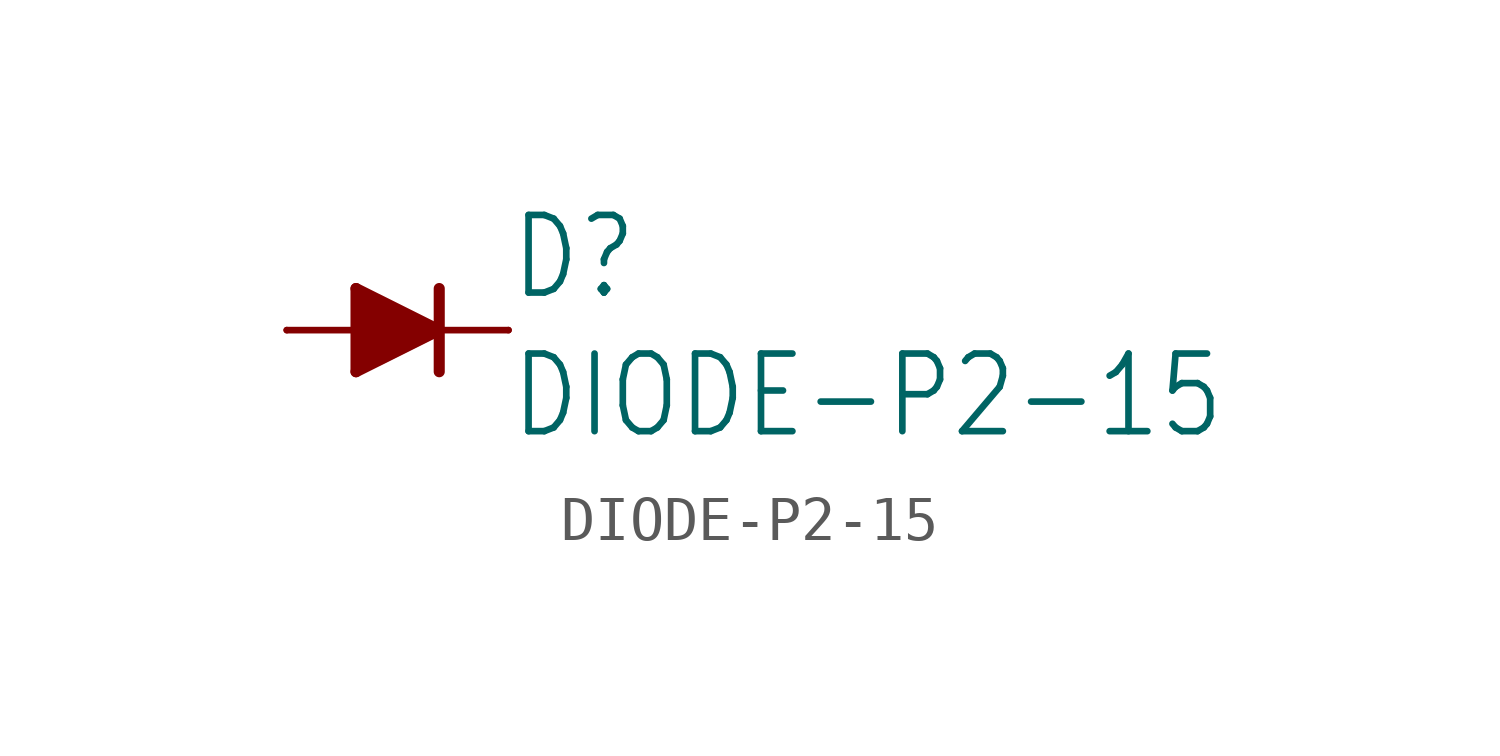
<source format=kicad_sym>
(kicad_symbol_lib
  (version 20211014)
  (generator kicad_symbol_editor)
  (symbol "DIODE-P2-15"
    (property "Reference" "D"
      (at 2.54 0.635 0)
      (effects (font (size 1.778 1.511)) (justify left bottom)))
    (property "Value" "DIODE-P2-15"
      (at 2.54 -2.54 0)
      (effects (font (size 1.778 1.511)) (justify left bottom)))
    (property "ki_locked" ""
      (at 0 0 0)
      (effects (font (size 1.27 1.27))))
    (symbol "DIODE-P2-15_1_0"
      (polyline (pts (xy -0.953 -0.953) (xy 0.953 0)) (stroke (width 0.254) (type default) (color 0 0 0 0)) (fill (type none)))
      (polyline (pts (xy -0.953 0) (xy -2.54 0)) (stroke (width 0.152) (type default) (color 0 0 0 0)) (fill (type none)))
      (polyline (pts (xy -0.953 0) (xy -0.953 -0.953)) (stroke (width 0.254) (type default) (color 0 0 0 0)) (fill (type none)))
      (polyline (pts (xy -0.953 0.953) (xy -0.953 0)) (stroke (width 0.254) (type default) (color 0 0 0 0)) (fill (type none)))
      (polyline (pts (xy 0.953 0) (xy -0.953 0.953)) (stroke (width 0.254) (type default) (color 0 0 0 0)) (fill (type none)))
      (polyline (pts (xy 0.953 0) (xy 0.953 -0.953)) (stroke (width 0.254) (type default) (color 0 0 0 0)) (fill (type none)))
      (polyline (pts (xy 0.953 0) (xy 2.54 0)) (stroke (width 0.152) (type default) (color 0 0 0 0)) (fill (type none)))
      (polyline (pts (xy 0.953 0.953) (xy 0.953 0)) (stroke (width 0.254) (type default) (color 0 0 0 0)) (fill (type none)))
      (polyline (pts (xy -0.953 0.953) (xy 0.953 0) (xy -0.953 -0.953)) (stroke (width 0) (type default) (color 0 0 0 0)) (fill (type outline)))
      (pin passive line (at -2.54 0 0) (length 0) (name "A" (effects (font (size 0 0)))) (number "A" (effects (font (size 0 0)))))
      (pin passive line (at 2.54 0 180) (length 0) (name "C" (effects (font (size 0 0)))) (number "C" (effects (font (size 0 0))))))))
</source>
